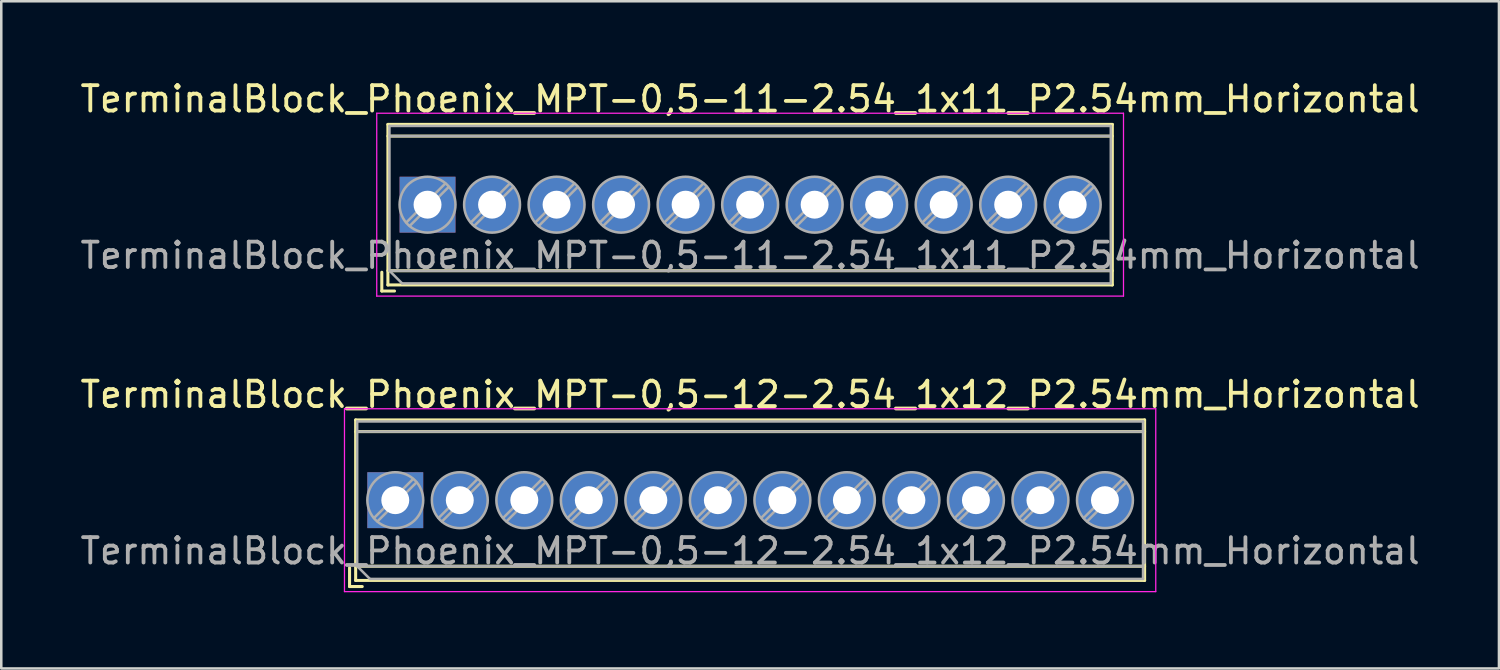
<source format=kicad_pcb>
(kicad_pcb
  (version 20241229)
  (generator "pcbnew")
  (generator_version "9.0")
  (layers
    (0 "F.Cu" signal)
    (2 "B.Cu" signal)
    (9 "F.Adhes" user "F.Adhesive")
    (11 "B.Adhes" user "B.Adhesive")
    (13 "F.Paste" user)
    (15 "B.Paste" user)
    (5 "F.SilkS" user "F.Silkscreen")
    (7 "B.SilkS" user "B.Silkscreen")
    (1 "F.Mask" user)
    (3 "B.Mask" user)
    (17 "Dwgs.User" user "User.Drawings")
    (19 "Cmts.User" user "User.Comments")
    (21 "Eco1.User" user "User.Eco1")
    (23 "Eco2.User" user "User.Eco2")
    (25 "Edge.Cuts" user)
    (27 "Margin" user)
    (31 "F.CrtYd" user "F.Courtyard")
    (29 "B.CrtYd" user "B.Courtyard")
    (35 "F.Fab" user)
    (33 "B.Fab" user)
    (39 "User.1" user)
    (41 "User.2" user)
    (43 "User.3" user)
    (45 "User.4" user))
  (footprint "TerminalBlock_Phoenix_MPT-0,5-11-2.54_1x11_P2.54mm_Horizontal"
    (layer "F.Cu")
    (at 13.782 5.008)
    (property "Reference" "TerminalBlock_Phoenix_MPT-0,5-11-2.54_1x11_P2.54mm_Horizontal" (at 12.7 -4.16 0) (layer "F.SilkS") (effects (font (size 1 1) (thickness 0.15))))
    (attr through_hole)
    (fp_line (start -1.8 2.66) (end -1.8 3.4) (stroke (width 0.12) (type solid)) (layer "F.SilkS"))
    (fp_line (start -1.8 3.4) (end -1.3 3.4) (stroke (width 0.12) (type solid)) (layer "F.SilkS"))
    (fp_line (start -1.56 -3.16) (end -1.56 3.16) (stroke (width 0.12) (type solid)) (layer "F.SilkS"))
    (fp_line (start -1.56 -3.16) (end 26.96 -3.16) (stroke (width 0.12) (type solid)) (layer "F.SilkS"))
    (fp_line (start -1.56 -2.7) (end 26.96 -2.7) (stroke (width 0.12) (type solid)) (layer "F.SilkS"))
    (fp_line (start -1.56 2.6) (end 26.96 2.6) (stroke (width 0.12) (type solid)) (layer "F.SilkS"))
    (fp_line (start -1.56 3.16) (end 26.96 3.16) (stroke (width 0.12) (type solid)) (layer "F.SilkS"))
    (fp_line (start 26.96 -3.16) (end 26.96 3.16) (stroke (width 0.12) (type solid)) (layer "F.SilkS"))
    (fp_line (start -2 -3.6) (end -2 3.6) (stroke (width 0.05) (type solid)) (layer "F.CrtYd"))
    (fp_line (start -2 3.6) (end 27.4 3.6) (stroke (width 0.05) (type solid)) (layer "F.CrtYd"))
    (fp_line (start 27.4 -3.6) (end -2 -3.6) (stroke (width 0.05) (type solid)) (layer "F.CrtYd"))
    (fp_line (start 27.4 3.6) (end 27.4 -3.6) (stroke (width 0.05) (type solid)) (layer "F.CrtYd"))
    (fp_line (start -1.5 -3.1) (end 26.9 -3.1) (stroke (width 0.1) (type solid)) (layer "F.Fab"))
    (fp_line (start -1.5 -2.7) (end 26.9 -2.7) (stroke (width 0.1) (type solid)) (layer "F.Fab"))
    (fp_line (start -1.5 2.6) (end -1.5 -3.1) (stroke (width 0.1) (type solid)) (layer "F.Fab"))
    (fp_line (start -1.5 2.6) (end 26.9 2.6) (stroke (width 0.1) (type solid)) (layer "F.Fab"))
    (fp_line (start -1 3.1) (end -1.5 2.6) (stroke (width 0.1) (type solid)) (layer "F.Fab"))
    (fp_line (start 0.701 -0.835) (end -0.835 0.7) (stroke (width 0.1) (type solid)) (layer "F.Fab"))
    (fp_line (start 0.835 -0.7) (end -0.701 0.835) (stroke (width 0.1) (type solid)) (layer "F.Fab"))
    (fp_line (start 3.241 -0.835) (end 1.706 0.7) (stroke (width 0.1) (type solid)) (layer "F.Fab"))
    (fp_line (start 3.375 -0.7) (end 1.84 0.835) (stroke (width 0.1) (type solid)) (layer "F.Fab"))
    (fp_line (start 5.781 -0.835) (end 4.246 0.7) (stroke (width 0.1) (type solid)) (layer "F.Fab"))
    (fp_line (start 5.915 -0.7) (end 4.38 0.835) (stroke (width 0.1) (type solid)) (layer "F.Fab"))
    (fp_line (start 8.321 -0.835) (end 6.786 0.7) (stroke (width 0.1) (type solid)) (layer "F.Fab"))
    (fp_line (start 8.455 -0.7) (end 6.92 0.835) (stroke (width 0.1) (type solid)) (layer "F.Fab"))
    (fp_line (start 10.861 -0.835) (end 9.326 0.7) (stroke (width 0.1) (type solid)) (layer "F.Fab"))
    (fp_line (start 10.995 -0.7) (end 9.46 0.835) (stroke (width 0.1) (type solid)) (layer "F.Fab"))
    (fp_line (start 13.401 -0.835) (end 11.866 0.7) (stroke (width 0.1) (type solid)) (layer "F.Fab"))
    (fp_line (start 13.535 -0.7) (end 12 0.835) (stroke (width 0.1) (type solid)) (layer "F.Fab"))
    (fp_line (start 15.941 -0.835) (end 14.406 0.7) (stroke (width 0.1) (type solid)) (layer "F.Fab"))
    (fp_line (start 16.075 -0.7) (end 14.54 0.835) (stroke (width 0.1) (type solid)) (layer "F.Fab"))
    (fp_line (start 18.481 -0.835) (end 16.946 0.7) (stroke (width 0.1) (type solid)) (layer "F.Fab"))
    (fp_line (start 18.615 -0.7) (end 17.08 0.835) (stroke (width 0.1) (type solid)) (layer "F.Fab"))
    (fp_line (start 21.021 -0.835) (end 19.486 0.7) (stroke (width 0.1) (type solid)) (layer "F.Fab"))
    (fp_line (start 21.155 -0.7) (end 19.62 0.835) (stroke (width 0.1) (type solid)) (layer "F.Fab"))
    (fp_line (start 23.561 -0.835) (end 22.026 0.7) (stroke (width 0.1) (type solid)) (layer "F.Fab"))
    (fp_line (start 23.695 -0.7) (end 22.16 0.835) (stroke (width 0.1) (type solid)) (layer "F.Fab"))
    (fp_line (start 26.101 -0.835) (end 24.566 0.7) (stroke (width 0.1) (type solid)) (layer "F.Fab"))
    (fp_line (start 26.235 -0.7) (end 24.7 0.835) (stroke (width 0.1) (type solid)) (layer "F.Fab"))
    (fp_line (start 26.9 -3.1) (end 26.9 3.1) (stroke (width 0.1) (type solid)) (layer "F.Fab"))
    (fp_line (start 26.9 3.1) (end -1 3.1) (stroke (width 0.1) (type solid)) (layer "F.Fab"))
    (fp_circle (center 0 0) (end 1.1 0) (stroke (width 0.1) (type solid)) (fill no) (layer "F.Fab"))
    (fp_circle (center 2.54 0) (end 3.64 0) (stroke (width 0.1) (type solid)) (fill no) (layer "F.Fab"))
    (fp_circle (center 5.08 0) (end 6.18 0) (stroke (width 0.1) (type solid)) (fill no) (layer "F.Fab"))
    (fp_circle (center 7.62 0) (end 8.72 0) (stroke (width 0.1) (type solid)) (fill no) (layer "F.Fab"))
    (fp_circle (center 10.16 0) (end 11.26 0) (stroke (width 0.1) (type solid)) (fill no) (layer "F.Fab"))
    (fp_circle (center 12.7 0) (end 13.8 0) (stroke (width 0.1) (type solid)) (fill no) (layer "F.Fab"))
    (fp_circle (center 15.24 0) (end 16.34 0) (stroke (width 0.1) (type solid)) (fill no) (layer "F.Fab"))
    (fp_circle (center 17.78 0) (end 18.88 0) (stroke (width 0.1) (type solid)) (fill no) (layer "F.Fab"))
    (fp_circle (center 20.32 0) (end 21.42 0) (stroke (width 0.1) (type solid)) (fill no) (layer "F.Fab"))
    (fp_circle (center 22.86 0) (end 23.96 0) (stroke (width 0.1) (type solid)) (fill no) (layer "F.Fab"))
    (fp_circle (center 25.4 0) (end 26.5 0) (stroke (width 0.1) (type solid)) (fill no) (layer "F.Fab"))
    (fp_text user "${REFERENCE}" (at 12.7 2 0) (layer "F.Fab") (effects (font (size 1 1) (thickness 0.15))))
    (pad "1" thru_hole rect (at 0 0) (size 2.2 2.2) (drill 1.1) (layers "*.Cu" "*.Mask"))
    (pad "2" thru_hole circle (at 2.54 0) (size 2.2 2.2) (drill 1.1) (layers "*.Cu" "*.Mask"))
    (pad "3" thru_hole circle (at 5.08 0) (size 2.2 2.2) (drill 1.1) (layers "*.Cu" "*.Mask"))
    (pad "4" thru_hole circle (at 7.62 0) (size 2.2 2.2) (drill 1.1) (layers "*.Cu" "*.Mask"))
    (pad "5" thru_hole circle (at 10.16 0) (size 2.2 2.2) (drill 1.1) (layers "*.Cu" "*.Mask"))
    (pad "6" thru_hole circle (at 12.7 0) (size 2.2 2.2) (drill 1.1) (layers "*.Cu" "*.Mask"))
    (pad "7" thru_hole circle (at 15.24 0) (size 2.2 2.2) (drill 1.1) (layers "*.Cu" "*.Mask"))
    (pad "8" thru_hole circle (at 17.78 0) (size 2.2 2.2) (drill 1.1) (layers "*.Cu" "*.Mask"))
    (pad "9" thru_hole circle (at 20.32 0) (size 2.2 2.2) (drill 1.1) (layers "*.Cu" "*.Mask"))
    (pad "10" thru_hole circle (at 22.86 0) (size 2.2 2.2) (drill 1.1) (layers "*.Cu" "*.Mask"))
    (pad "11" thru_hole circle (at 25.4 0) (size 2.2 2.2) (drill 1.1) (layers "*.Cu" "*.Mask")))
  (footprint "TerminalBlock_Phoenix_MPT-0,5-12-2.54_1x12_P2.54mm_Horizontal"
    (layer "F.Cu")
    (at 12.512 16.642)
    (property "Reference" "TerminalBlock_Phoenix_MPT-0,5-12-2.54_1x12_P2.54mm_Horizontal" (at 13.97 -4.16 0) (layer "F.SilkS") (effects (font (size 1 1) (thickness 0.15))))
    (attr through_hole)
    (fp_line (start -1.8 2.66) (end -1.8 3.4) (stroke (width 0.12) (type solid)) (layer "F.SilkS"))
    (fp_line (start -1.8 3.4) (end -1.3 3.4) (stroke (width 0.12) (type solid)) (layer "F.SilkS"))
    (fp_line (start -1.56 -3.16) (end -1.56 3.16) (stroke (width 0.12) (type solid)) (layer "F.SilkS"))
    (fp_line (start -1.56 -3.16) (end 29.501 -3.16) (stroke (width 0.12) (type solid)) (layer "F.SilkS"))
    (fp_line (start -1.56 -2.7) (end 29.501 -2.7) (stroke (width 0.12) (type solid)) (layer "F.SilkS"))
    (fp_line (start -1.56 2.6) (end 29.501 2.6) (stroke (width 0.12) (type solid)) (layer "F.SilkS"))
    (fp_line (start -1.56 3.16) (end 29.501 3.16) (stroke (width 0.12) (type solid)) (layer "F.SilkS"))
    (fp_line (start 29.501 -3.16) (end 29.501 3.16) (stroke (width 0.12) (type solid)) (layer "F.SilkS"))
    (fp_line (start -2 -3.6) (end -2 3.6) (stroke (width 0.05) (type solid)) (layer "F.CrtYd"))
    (fp_line (start -2 3.6) (end 29.94 3.6) (stroke (width 0.05) (type solid)) (layer "F.CrtYd"))
    (fp_line (start 29.94 -3.6) (end -2 -3.6) (stroke (width 0.05) (type solid)) (layer "F.CrtYd"))
    (fp_line (start 29.94 3.6) (end 29.94 -3.6) (stroke (width 0.05) (type solid)) (layer "F.CrtYd"))
    (fp_line (start -1.5 -3.1) (end 29.44 -3.1) (stroke (width 0.1) (type solid)) (layer "F.Fab"))
    (fp_line (start -1.5 -2.7) (end 29.44 -2.7) (stroke (width 0.1) (type solid)) (layer "F.Fab"))
    (fp_line (start -1.5 2.6) (end -1.5 -3.1) (stroke (width 0.1) (type solid)) (layer "F.Fab"))
    (fp_line (start -1.5 2.6) (end 29.44 2.6) (stroke (width 0.1) (type solid)) (layer "F.Fab"))
    (fp_line (start -1 3.1) (end -1.5 2.6) (stroke (width 0.1) (type solid)) (layer "F.Fab"))
    (fp_line (start 0.701 -0.835) (end -0.835 0.7) (stroke (width 0.1) (type solid)) (layer "F.Fab"))
    (fp_line (start 0.835 -0.7) (end -0.701 0.835) (stroke (width 0.1) (type solid)) (layer "F.Fab"))
    (fp_line (start 3.241 -0.835) (end 1.706 0.7) (stroke (width 0.1) (type solid)) (layer "F.Fab"))
    (fp_line (start 3.375 -0.7) (end 1.84 0.835) (stroke (width 0.1) (type solid)) (layer "F.Fab"))
    (fp_line (start 5.781 -0.835) (end 4.246 0.7) (stroke (width 0.1) (type solid)) (layer "F.Fab"))
    (fp_line (start 5.915 -0.7) (end 4.38 0.835) (stroke (width 0.1) (type solid)) (layer "F.Fab"))
    (fp_line (start 8.321 -0.835) (end 6.786 0.7) (stroke (width 0.1) (type solid)) (layer "F.Fab"))
    (fp_line (start 8.455 -0.7) (end 6.92 0.835) (stroke (width 0.1) (type solid)) (layer "F.Fab"))
    (fp_line (start 10.861 -0.835) (end 9.326 0.7) (stroke (width 0.1) (type solid)) (layer "F.Fab"))
    (fp_line (start 10.995 -0.7) (end 9.46 0.835) (stroke (width 0.1) (type solid)) (layer "F.Fab"))
    (fp_line (start 13.401 -0.835) (end 11.866 0.7) (stroke (width 0.1) (type solid)) (layer "F.Fab"))
    (fp_line (start 13.535 -0.7) (end 12 0.835) (stroke (width 0.1) (type solid)) (layer "F.Fab"))
    (fp_line (start 15.941 -0.835) (end 14.406 0.7) (stroke (width 0.1) (type solid)) (layer "F.Fab"))
    (fp_line (start 16.075 -0.7) (end 14.54 0.835) (stroke (width 0.1) (type solid)) (layer "F.Fab"))
    (fp_line (start 18.481 -0.835) (end 16.946 0.7) (stroke (width 0.1) (type solid)) (layer "F.Fab"))
    (fp_line (start 18.615 -0.7) (end 17.08 0.835) (stroke (width 0.1) (type solid)) (layer "F.Fab"))
    (fp_line (start 21.021 -0.835) (end 19.486 0.7) (stroke (width 0.1) (type solid)) (layer "F.Fab"))
    (fp_line (start 21.155 -0.7) (end 19.62 0.835) (stroke (width 0.1) (type solid)) (layer "F.Fab"))
    (fp_line (start 23.561 -0.835) (end 22.026 0.7) (stroke (width 0.1) (type solid)) (layer "F.Fab"))
    (fp_line (start 23.695 -0.7) (end 22.16 0.835) (stroke (width 0.1) (type solid)) (layer "F.Fab"))
    (fp_line (start 26.101 -0.835) (end 24.566 0.7) (stroke (width 0.1) (type solid)) (layer "F.Fab"))
    (fp_line (start 26.235 -0.7) (end 24.7 0.835) (stroke (width 0.1) (type solid)) (layer "F.Fab"))
    (fp_line (start 28.641 -0.835) (end 27.106 0.7) (stroke (width 0.1) (type solid)) (layer "F.Fab"))
    (fp_line (start 28.775 -0.7) (end 27.24 0.835) (stroke (width 0.1) (type solid)) (layer "F.Fab"))
    (fp_line (start 29.44 -3.1) (end 29.44 3.1) (stroke (width 0.1) (type solid)) (layer "F.Fab"))
    (fp_line (start 29.44 3.1) (end -1 3.1) (stroke (width 0.1) (type solid)) (layer "F.Fab"))
    (fp_circle (center 0 0) (end 1.1 0) (stroke (width 0.1) (type solid)) (fill no) (layer "F.Fab"))
    (fp_circle (center 2.54 0) (end 3.64 0) (stroke (width 0.1) (type solid)) (fill no) (layer "F.Fab"))
    (fp_circle (center 5.08 0) (end 6.18 0) (stroke (width 0.1) (type solid)) (fill no) (layer "F.Fab"))
    (fp_circle (center 7.62 0) (end 8.72 0) (stroke (width 0.1) (type solid)) (fill no) (layer "F.Fab"))
    (fp_circle (center 10.16 0) (end 11.26 0) (stroke (width 0.1) (type solid)) (fill no) (layer "F.Fab"))
    (fp_circle (center 12.7 0) (end 13.8 0) (stroke (width 0.1) (type solid)) (fill no) (layer "F.Fab"))
    (fp_circle (center 15.24 0) (end 16.34 0) (stroke (width 0.1) (type solid)) (fill no) (layer "F.Fab"))
    (fp_circle (center 17.78 0) (end 18.88 0) (stroke (width 0.1) (type solid)) (fill no) (layer "F.Fab"))
    (fp_circle (center 20.32 0) (end 21.42 0) (stroke (width 0.1) (type solid)) (fill no) (layer "F.Fab"))
    (fp_circle (center 22.86 0) (end 23.96 0) (stroke (width 0.1) (type solid)) (fill no) (layer "F.Fab"))
    (fp_circle (center 25.4 0) (end 26.5 0) (stroke (width 0.1) (type solid)) (fill no) (layer "F.Fab"))
    (fp_circle (center 27.94 0) (end 29.04 0) (stroke (width 0.1) (type solid)) (fill no) (layer "F.Fab"))
    (fp_text user "${REFERENCE}" (at 13.97 2 0) (layer "F.Fab") (effects (font (size 1 1) (thickness 0.15))))
    (pad "1" thru_hole rect (at 0 0) (size 2.2 2.2) (drill 1.1) (layers "*.Cu" "*.Mask"))
    (pad "2" thru_hole circle (at 2.54 0) (size 2.2 2.2) (drill 1.1) (layers "*.Cu" "*.Mask"))
    (pad "3" thru_hole circle (at 5.08 0) (size 2.2 2.2) (drill 1.1) (layers "*.Cu" "*.Mask"))
    (pad "4" thru_hole circle (at 7.62 0) (size 2.2 2.2) (drill 1.1) (layers "*.Cu" "*.Mask"))
    (pad "5" thru_hole circle (at 10.16 0) (size 2.2 2.2) (drill 1.1) (layers "*.Cu" "*.Mask"))
    (pad "6" thru_hole circle (at 12.7 0) (size 2.2 2.2) (drill 1.1) (layers "*.Cu" "*.Mask"))
    (pad "7" thru_hole circle (at 15.24 0) (size 2.2 2.2) (drill 1.1) (layers "*.Cu" "*.Mask"))
    (pad "8" thru_hole circle (at 17.78 0) (size 2.2 2.2) (drill 1.1) (layers "*.Cu" "*.Mask"))
    (pad "9" thru_hole circle (at 20.32 0) (size 2.2 2.2) (drill 1.1) (layers "*.Cu" "*.Mask"))
    (pad "10" thru_hole circle (at 22.86 0) (size 2.2 2.2) (drill 1.1) (layers "*.Cu" "*.Mask"))
    (pad "11" thru_hole circle (at 25.4 0) (size 2.2 2.2) (drill 1.1) (layers "*.Cu" "*.Mask"))
    (pad "12" thru_hole circle (at 27.94 0) (size 2.2 2.2) (drill 1.1) (layers "*.Cu" "*.Mask")))
  (gr_rect
    (start -3 -3)
    (end 55.964 23.267)
    (stroke (width 0.1) (type default))
    (fill no)
    (layer "Edge.Cuts")))
</source>
